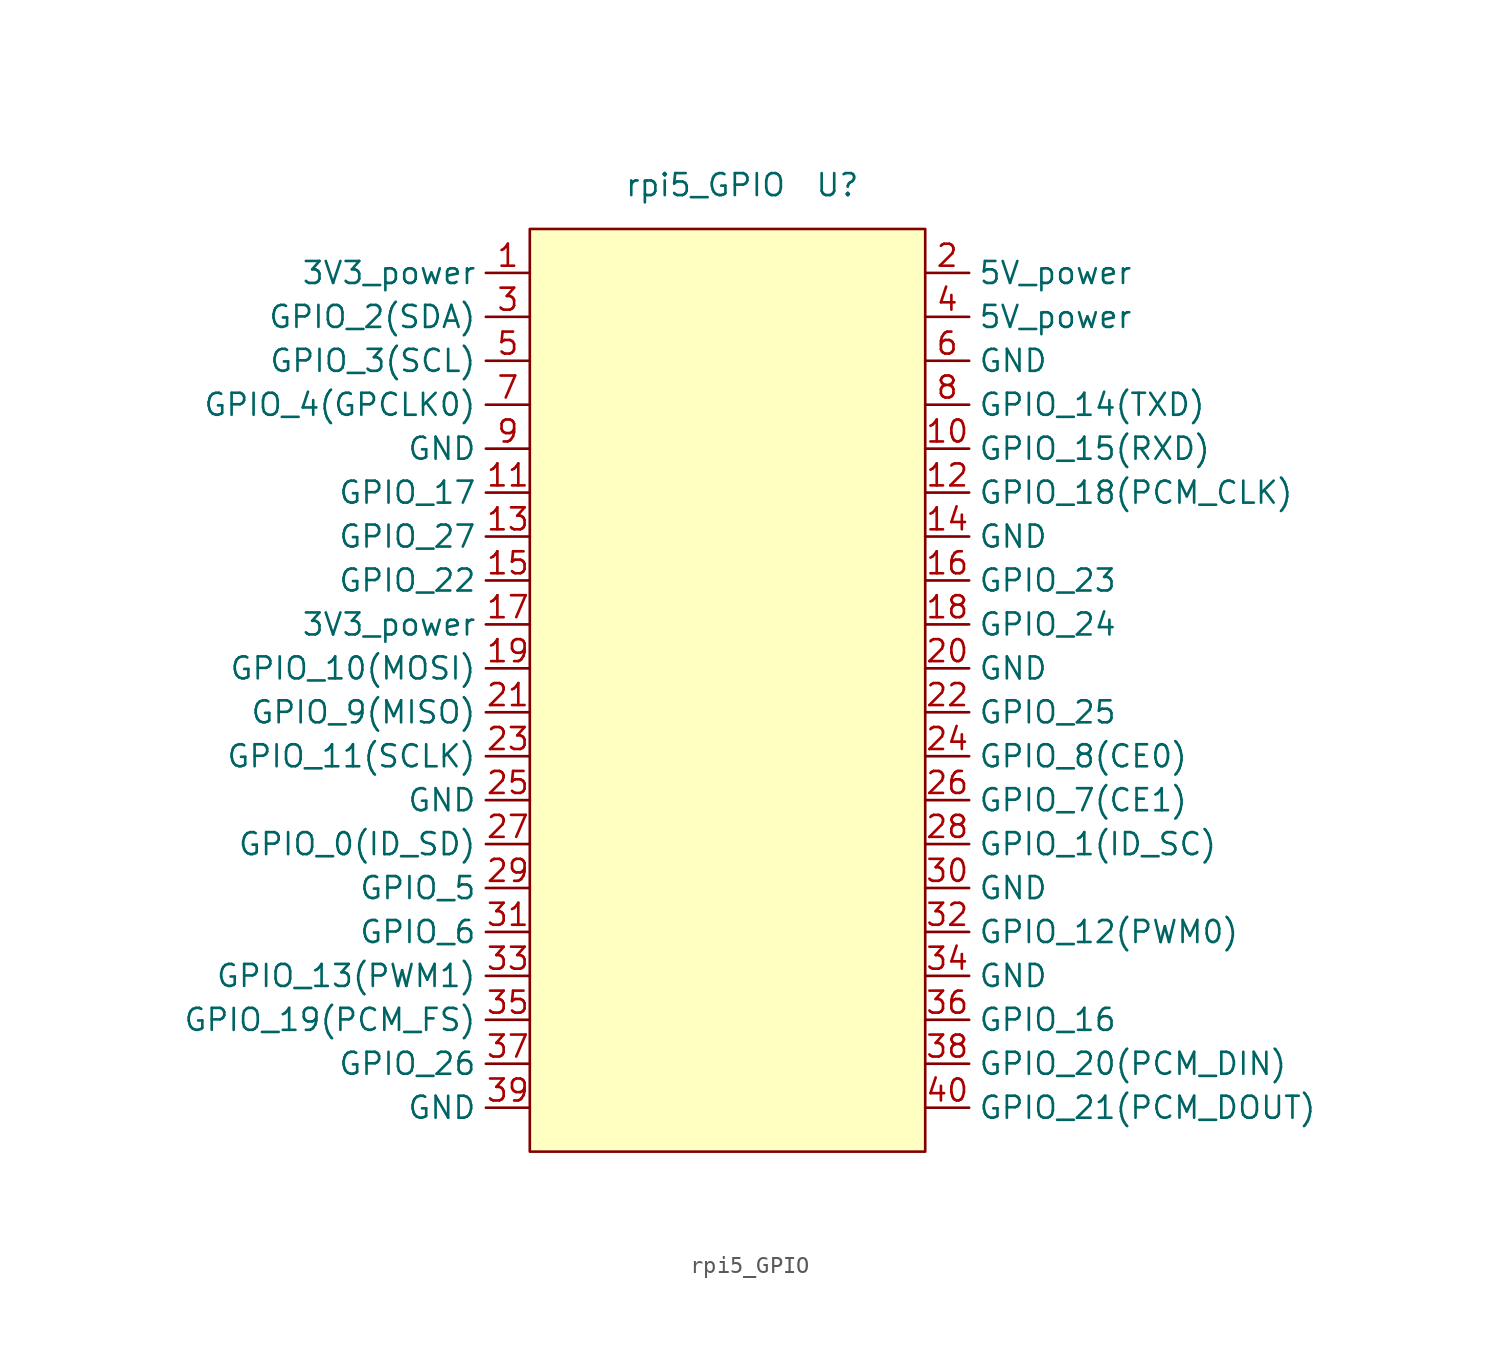
<source format=kicad_sym>
(kicad_symbol_lib
  (version 20220914)
  (generator kicad_symbol_editor)
  (symbol "rpi5_GPIO"
    (property "Reference" "U"
      (at 10.16 2.54 0)
      (effects (font (size 1.27 1.27))))
    (property "Value" "rpi5_GPIO"
      (at 2.54 2.54 0)
      (effects (font (size 1.27 1.27))))
    (symbol "rpi5_GPIO_0_0"
      (rectangle (start -7.62 0) (end 15.24 -53.34) (stroke (width 0) (type default)) (fill (type background))))
    (symbol "rpi5_GPIO_1_1"
      (pin power_out line (at -7.62 -2.54 180) (length 2.54) (name "3V3_power" (effects (font (size 1.27 1.27)))) (number "1" (effects (font (size 1.27 1.27)))))
      (pin bidirectional line (at 15.24 -12.7 0) (length 2.54) (name "GPIO_15(RXD)" (effects (font (size 1.27 1.27)))) (number "10" (effects (font (size 1.27 1.27)))))
      (pin bidirectional line (at -7.62 -15.24 180) (length 2.54) (name "GPIO_17" (effects (font (size 1.27 1.27)))) (number "11" (effects (font (size 1.27 1.27)))))
      (pin bidirectional line (at 15.24 -15.24 0) (length 2.54) (name "GPIO_18(PCM_CLK)" (effects (font (size 1.27 1.27)))) (number "12" (effects (font (size 1.27 1.27)))))
      (pin bidirectional line (at -7.62 -17.78 180) (length 2.54) (name "GPIO_27" (effects (font (size 1.27 1.27)))) (number "13" (effects (font (size 1.27 1.27)))))
      (pin power_in line (at 15.24 -17.78 0) (length 2.54) (name "GND" (effects (font (size 1.27 1.27)))) (number "14" (effects (font (size 1.27 1.27)))))
      (pin bidirectional line (at -7.62 -20.32 180) (length 2.54) (name "GPIO_22" (effects (font (size 1.27 1.27)))) (number "15" (effects (font (size 1.27 1.27)))))
      (pin bidirectional line (at 15.24 -20.32 0) (length 2.54) (name "GPIO_23" (effects (font (size 1.27 1.27)))) (number "16" (effects (font (size 1.27 1.27)))))
      (pin power_out line (at -7.62 -22.86 180) (length 2.54) (name "3V3_power" (effects (font (size 1.27 1.27)))) (number "17" (effects (font (size 1.27 1.27)))))
      (pin bidirectional line (at 15.24 -22.86 0) (length 2.54) (name "GPIO_24" (effects (font (size 1.27 1.27)))) (number "18" (effects (font (size 1.27 1.27)))))
      (pin bidirectional line (at -7.62 -25.4 180) (length 2.54) (name "GPIO_10(MOSI)" (effects (font (size 1.27 1.27)))) (number "19" (effects (font (size 1.27 1.27)))))
      (pin power_in line (at 15.24 -2.54 0) (length 2.54) (name "5V_power" (effects (font (size 1.27 1.27)))) (number "2" (effects (font (size 1.27 1.27)))))
      (pin power_in line (at 15.24 -25.4 0) (length 2.54) (name "GND" (effects (font (size 1.27 1.27)))) (number "20" (effects (font (size 1.27 1.27)))))
      (pin bidirectional line (at -7.62 -27.94 180) (length 2.54) (name "GPIO_9(MISO)" (effects (font (size 1.27 1.27)))) (number "21" (effects (font (size 1.27 1.27)))))
      (pin bidirectional line (at 15.24 -27.94 0) (length 2.54) (name "GPIO_25" (effects (font (size 1.27 1.27)))) (number "22" (effects (font (size 1.27 1.27)))))
      (pin bidirectional line (at -7.62 -30.48 180) (length 2.54) (name "GPIO_11(SCLK)" (effects (font (size 1.27 1.27)))) (number "23" (effects (font (size 1.27 1.27)))))
      (pin bidirectional line (at 15.24 -30.48 0) (length 2.54) (name "GPIO_8(CE0)" (effects (font (size 1.27 1.27)))) (number "24" (effects (font (size 1.27 1.27)))))
      (pin power_out line (at -7.62 -33.02 180) (length 2.54) (name "GND" (effects (font (size 1.27 1.27)))) (number "25" (effects (font (size 1.27 1.27)))))
      (pin bidirectional line (at 15.24 -33.02 0) (length 2.54) (name "GPIO_7(CE1)" (effects (font (size 1.27 1.27)))) (number "26" (effects (font (size 1.27 1.27)))))
      (pin bidirectional line (at -7.62 -35.56 180) (length 2.54) (name "GPIO_0(ID_SD)" (effects (font (size 1.27 1.27)))) (number "27" (effects (font (size 1.27 1.27)))))
      (pin bidirectional line (at 15.24 -35.56 0) (length 2.54) (name "GPIO_1(ID_SC)" (effects (font (size 1.27 1.27)))) (number "28" (effects (font (size 1.27 1.27)))))
      (pin bidirectional line (at -7.62 -38.1 180) (length 2.54) (name "GPIO_5" (effects (font (size 1.27 1.27)))) (number "29" (effects (font (size 1.27 1.27)))))
      (pin bidirectional line (at -7.62 -5.08 180) (length 2.54) (name "GPIO_2(SDA)" (effects (font (size 1.27 1.27)))) (number "3" (effects (font (size 1.27 1.27)))))
      (pin power_in line (at 15.24 -38.1 0) (length 2.54) (name "GND" (effects (font (size 1.27 1.27)))) (number "30" (effects (font (size 1.27 1.27)))))
      (pin bidirectional line (at -7.62 -40.64 180) (length 2.54) (name "GPIO_6" (effects (font (size 1.27 1.27)))) (number "31" (effects (font (size 1.27 1.27)))))
      (pin bidirectional line (at 15.24 -40.64 0) (length 2.54) (name "GPIO_12(PWM0)" (effects (font (size 1.27 1.27)))) (number "32" (effects (font (size 1.27 1.27)))))
      (pin bidirectional line (at -7.62 -43.18 180) (length 2.54) (name "GPIO_13(PWM1)" (effects (font (size 1.27 1.27)))) (number "33" (effects (font (size 1.27 1.27)))))
      (pin power_in line (at 15.24 -43.18 0) (length 2.54) (name "GND" (effects (font (size 1.27 1.27)))) (number "34" (effects (font (size 1.27 1.27)))))
      (pin bidirectional line (at -7.62 -45.72 180) (length 2.54) (name "GPIO_19(PCM_FS)" (effects (font (size 1.27 1.27)))) (number "35" (effects (font (size 1.27 1.27)))))
      (pin bidirectional line (at 15.24 -45.72 0) (length 2.54) (name "GPIO_16" (effects (font (size 1.27 1.27)))) (number "36" (effects (font (size 1.27 1.27)))))
      (pin bidirectional line (at -7.62 -48.26 180) (length 2.54) (name "GPIO_26" (effects (font (size 1.27 1.27)))) (number "37" (effects (font (size 1.27 1.27)))))
      (pin bidirectional line (at 15.24 -48.26 0) (length 2.54) (name "GPIO_20(PCM_DIN)" (effects (font (size 1.27 1.27)))) (number "38" (effects (font (size 1.27 1.27)))))
      (pin power_in line (at -7.62 -50.8 180) (length 2.54) (name "GND" (effects (font (size 1.27 1.27)))) (number "39" (effects (font (size 1.27 1.27)))))
      (pin power_in line (at 15.24 -5.08 0) (length 2.54) (name "5V_power" (effects (font (size 1.27 1.27)))) (number "4" (effects (font (size 1.27 1.27)))))
      (pin bidirectional line (at 15.24 -50.8 0) (length 2.54) (name "GPIO_21(PCM_DOUT)" (effects (font (size 1.27 1.27)))) (number "40" (effects (font (size 1.27 1.27)))))
      (pin bidirectional line (at -7.62 -7.62 180) (length 2.54) (name "GPIO_3(SCL)" (effects (font (size 1.27 1.27)))) (number "5" (effects (font (size 1.27 1.27)))))
      (pin power_in line (at 15.24 -7.62 0) (length 2.54) (name "GND" (effects (font (size 1.27 1.27)))) (number "6" (effects (font (size 1.27 1.27)))))
      (pin bidirectional line (at -7.62 -10.16 180) (length 2.54) (name "GPIO_4(GPCLK0)" (effects (font (size 1.27 1.27)))) (number "7" (effects (font (size 1.27 1.27)))))
      (pin bidirectional line (at 15.24 -10.16 0) (length 2.54) (name "GPIO_14(TXD)" (effects (font (size 1.27 1.27)))) (number "8" (effects (font (size 1.27 1.27)))))
      (pin power_in line (at -7.62 -12.7 180) (length 2.54) (name "GND" (effects (font (size 1.27 1.27)))) (number "9" (effects (font (size 1.27 1.27))))))))
</source>
